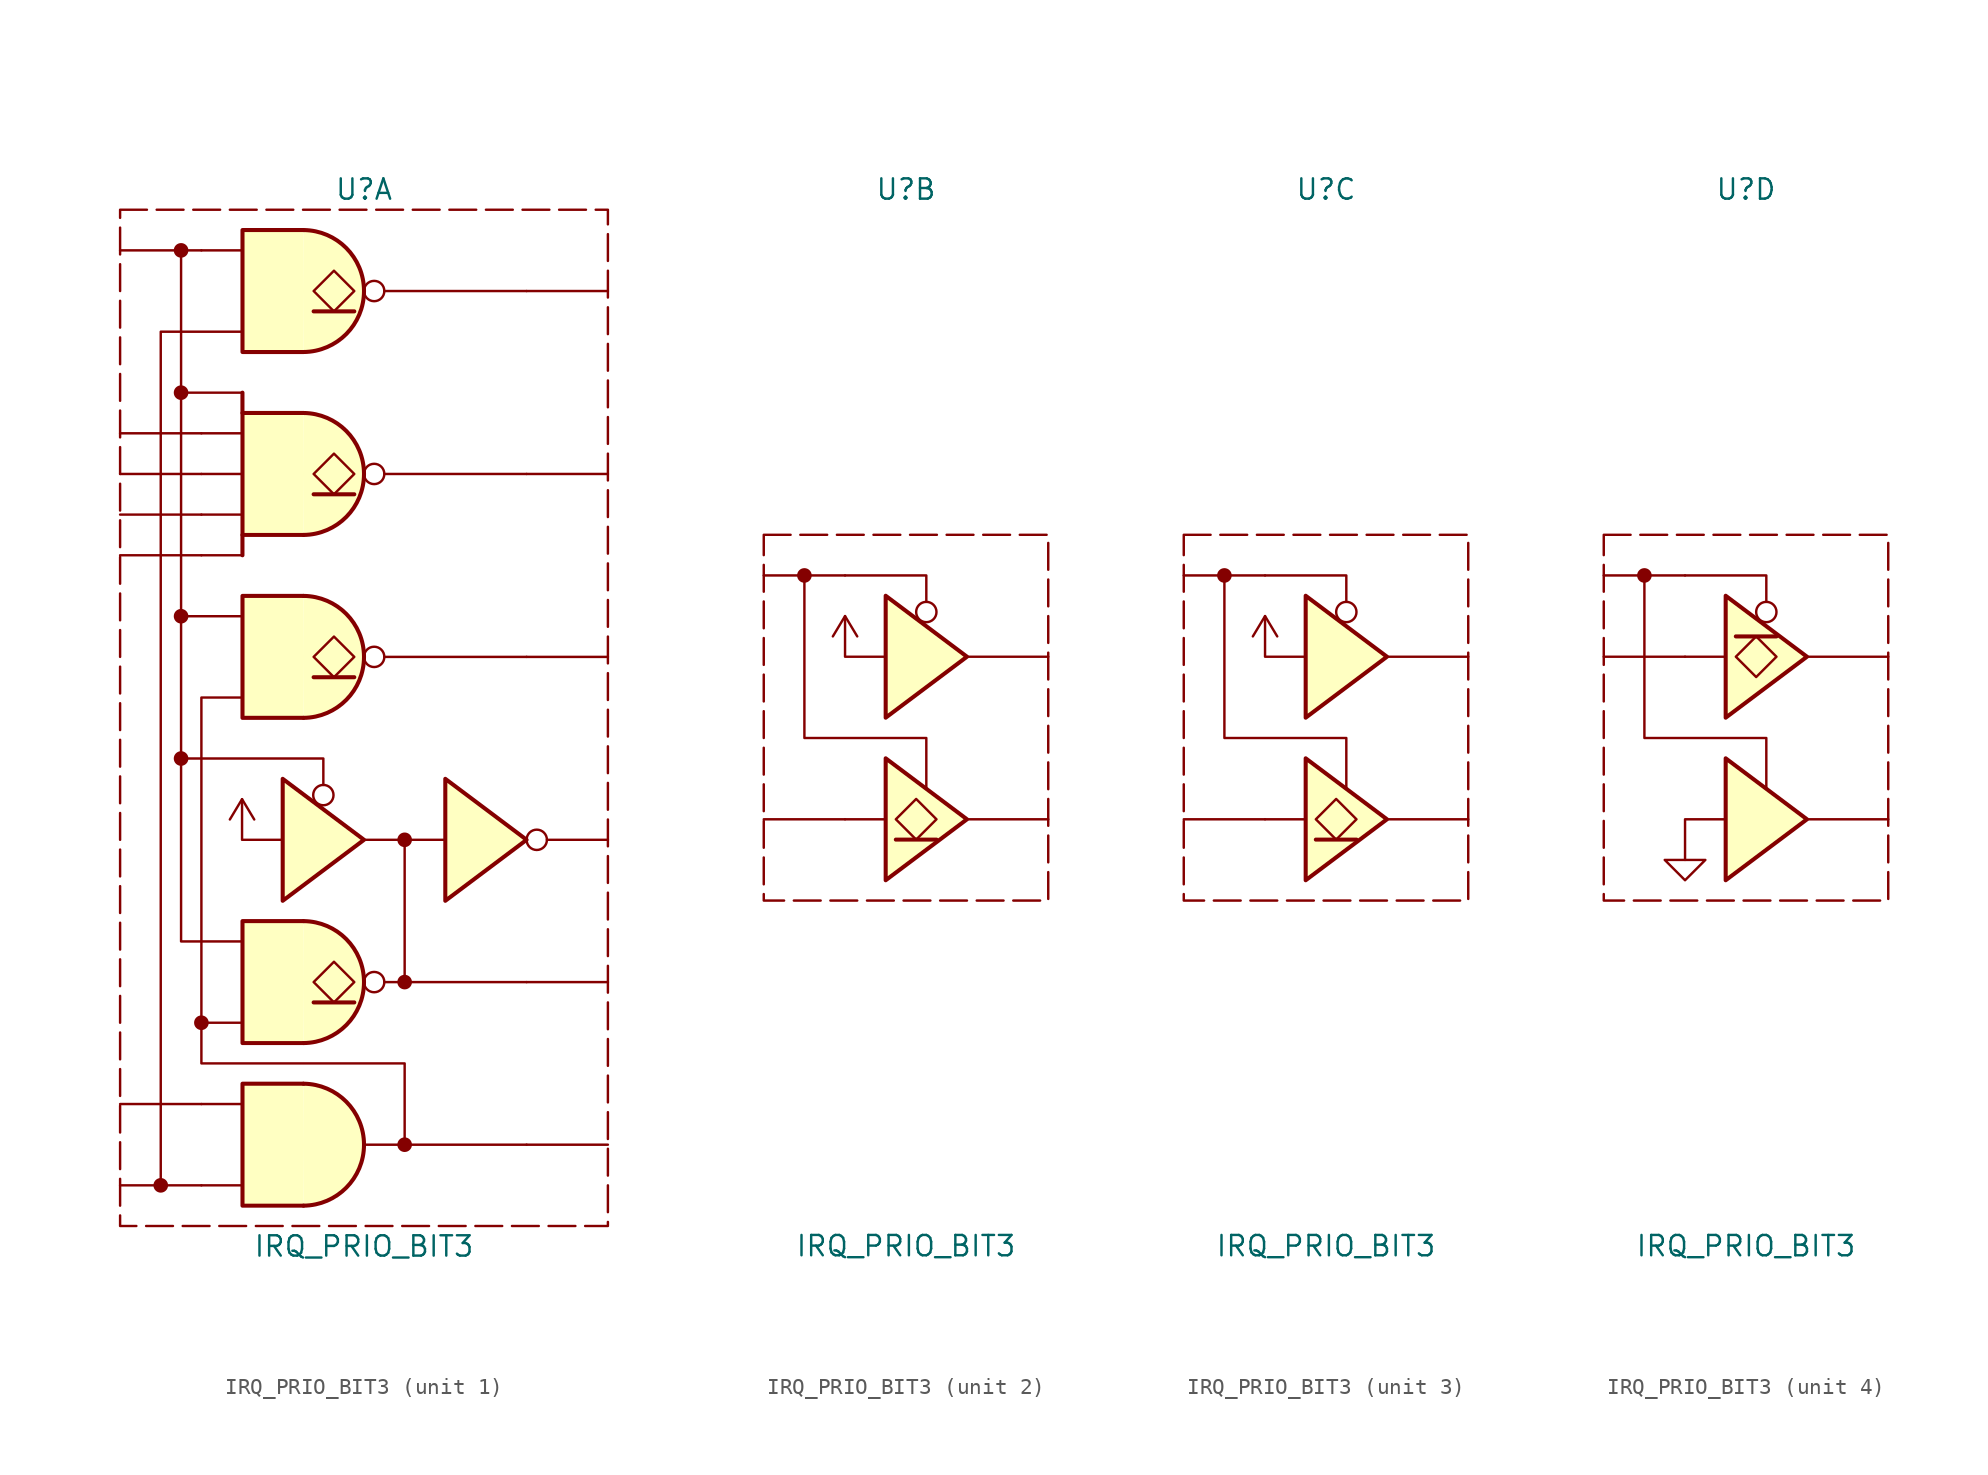
<source format=kicad_sym>
(kicad_symbol_lib
  (version 20231120)
  (generator "kicad_symbol_editor")
  (generator_version "8.0")
  (symbol "IRQ_PRIO_BIT3"
    (pin_numbers hide)
    (pin_names hide)
    (property "Reference" "U"
      (at 0 33.02 0)
      (effects (font (size 1.27 1.27))))
    (property "Value" "IRQ_PRIO_BIT3"
      (at 0 -33.02 0)
      (effects (font (size 1.27 1.27))))
    (property "ki_locked" ""
      (at 0 0 0)
      (effects (font (size 1.27 1.27))))
    (symbol "IRQ_PRIO_BIT3_1_0"
      (polyline (pts (xy -5.08 -3.81) (xy -5.08 -11.43) (xy 0 -7.62) (xy -5.08 -3.81)) (stroke (width 0.254) (type default)) (fill (type background)))
      (polyline (pts (xy 5.08 -3.81) (xy 5.08 -11.43) (xy 10.16 -7.62) (xy 5.08 -3.81)) (stroke (width 0.254) (type default)) (fill (type background))))
    (symbol "IRQ_PRIO_BIT3_1_1"
      (rectangle (start -15.24 31.75) (end 15.24 -31.75) (stroke (width 0) (type dash)) (fill (type none)))
      (circle (center -12.7 -29.21) (radius 0.381) (stroke (width 0) (type default)) (fill (type outline)))
      (circle (center -11.43 -2.54) (radius 0.381) (stroke (width 0) (type default)) (fill (type outline)))
      (circle (center -11.43 6.35) (radius 0.381) (stroke (width 0) (type default)) (fill (type outline)))
      (circle (center -11.43 20.32) (radius 0.381) (stroke (width 0) (type default)) (fill (type outline)))
      (circle (center -11.43 29.21) (radius 0.381) (stroke (width 0) (type default)) (fill (type outline)))
      (circle (center -10.16 -19.05) (radius 0.381) (stroke (width 0) (type default)) (fill (type outline)))
      (arc (start -3.7824 -30.48) (mid 0.0001 -26.67) (end -3.7824 -22.86) (stroke (width 0.254) (type default)) (fill (type background)))
      (arc (start -3.7824 -20.32) (mid 0.0001 -16.51) (end -3.7824 -12.7) (stroke (width 0.254) (type default)) (fill (type background)))
      (arc (start -3.7824 0) (mid 0.0001 3.81) (end -3.7824 7.62) (stroke (width 0.254) (type default)) (fill (type background)))
      (arc (start -3.7824 11.43) (mid 0.0001 15.24) (end -3.7824 19.05) (stroke (width 0.254) (type default)) (fill (type background)))
      (arc (start -3.7824 22.86) (mid 0.0001 26.67) (end -3.7824 30.48) (stroke (width 0.254) (type default)) (fill (type background)))
      (circle (center -2.54 -4.826) (radius 0.635) (stroke (width 0) (type default)) (fill (type none)))
      (polyline (pts (xy -11.43 6.35) (xy -7.62 6.35)) (stroke (width 0) (type default)) (fill (type none)))
      (polyline (pts (xy -10.16 -29.21) (xy -7.62 -29.21)) (stroke (width 0) (type default)) (fill (type none)))
      (polyline (pts (xy -10.16 -24.13) (xy -7.62 -24.13)) (stroke (width 0) (type default)) (fill (type none)))
      (polyline (pts (xy -10.16 15.24) (xy -7.62 15.24)) (stroke (width 0) (type default)) (fill (type none)))
      (polyline (pts (xy -10.16 17.78) (xy -7.62 17.78)) (stroke (width 0) (type default)) (fill (type none)))
      (polyline (pts (xy -10.16 29.21) (xy -7.62 29.21)) (stroke (width 0) (type default)) (fill (type none)))
      (polyline (pts (xy -7.62 10.16) (xy -10.16 10.16)) (stroke (width 0) (type default)) (fill (type none)))
      (polyline (pts (xy -7.62 12.7) (xy -10.16 12.7)) (stroke (width 0) (type default)) (fill (type none)))
      (polyline (pts (xy -7.62 20.32) (xy -11.43 20.32)) (stroke (width 0) (type default)) (fill (type none)))
      (polyline (pts (xy -7.595 11.43) (xy -7.595 10.16)) (stroke (width 0.254) (type default)) (fill (type background)))
      (polyline (pts (xy -7.595 20.32) (xy -7.595 19.05)) (stroke (width 0.254) (type default)) (fill (type background)))
      (polyline (pts (xy -3.147 -17.78) (xy -0.607 -17.78)) (stroke (width 0.254) (type default)) (fill (type none)))
      (polyline (pts (xy -3.147 2.54) (xy -0.607 2.54)) (stroke (width 0.254) (type default)) (fill (type none)))
      (polyline (pts (xy -3.147 13.97) (xy -0.607 13.97)) (stroke (width 0.254) (type default)) (fill (type none)))
      (polyline (pts (xy -3.147 25.4) (xy -0.607 25.4)) (stroke (width 0.254) (type default)) (fill (type none)))
      (polyline (pts (xy 2.54 -7.62) (xy 5.08 -7.62)) (stroke (width 0) (type default)) (fill (type none)))
      (polyline (pts (xy 10.16 -26.67) (xy 0 -26.67)) (stroke (width 0) (type default)) (fill (type none)))
      (polyline (pts (xy 10.16 -16.51) (xy 1.27 -16.51)) (stroke (width 0) (type default)) (fill (type none)))
      (polyline (pts (xy 10.16 3.81) (xy 1.27 3.81)) (stroke (width 0) (type default)) (fill (type none)))
      (polyline (pts (xy 10.16 15.24) (xy 1.27 15.24)) (stroke (width 0) (type default)) (fill (type none)))
      (polyline (pts (xy 10.16 26.67) (xy 1.27 26.67)) (stroke (width 0) (type default)) (fill (type none)))
      (polyline (pts (xy -11.43 -2.54) (xy -2.54 -2.54) (xy -2.54 -4.191)) (stroke (width 0) (type default)) (fill (type none)))
      (polyline (pts (xy -11.43 29.21) (xy -11.43 -13.97) (xy -7.62 -13.97)) (stroke (width 0) (type default)) (fill (type none)))
      (polyline (pts (xy -10.16 -19.05) (xy -10.16 1.27) (xy -7.62 1.27)) (stroke (width 0) (type default)) (fill (type none)))
      (polyline (pts (xy -8.382 -6.35) (xy -7.62 -5.08) (xy -6.858 -6.35)) (stroke (width 0) (type default)) (fill (type none)))
      (polyline (pts (xy -7.62 24.13) (xy -12.7 24.13) (xy -12.7 -29.21)) (stroke (width 0) (type default)) (fill (type none)))
      (polyline (pts (xy -5.08 -7.62) (xy -7.62 -7.62) (xy -7.62 -5.08)) (stroke (width 0) (type default)) (fill (type none)))
      (polyline (pts (xy 0 -7.62) (xy 2.54 -7.62) (xy 2.54 -16.51)) (stroke (width 0) (type default)) (fill (type none)))
      (polyline (pts (xy -3.782 -22.86) (xy -7.592 -22.86) (xy -7.592 -30.48) (xy -3.782 -30.48)) (stroke (width 0.254) (type default)) (fill (type background)))
      (polyline (pts (xy -3.782 -12.7) (xy -7.592 -12.7) (xy -7.592 -20.32) (xy -3.782 -20.32)) (stroke (width 0.254) (type default)) (fill (type background)))
      (polyline (pts (xy -3.782 7.62) (xy -7.592 7.62) (xy -7.592 0) (xy -3.782 0)) (stroke (width 0.254) (type default)) (fill (type background)))
      (polyline (pts (xy -3.782 19.05) (xy -7.592 19.05) (xy -7.592 11.43) (xy -3.782 11.43)) (stroke (width 0.254) (type default)) (fill (type background)))
      (polyline (pts (xy -3.782 30.48) (xy -7.592 30.48) (xy -7.592 22.86) (xy -3.782 22.86)) (stroke (width 0.254) (type default)) (fill (type background)))
      (polyline (pts (xy -7.62 -19.05) (xy -10.16 -19.05) (xy -10.16 -21.59) (xy 2.54 -21.59) (xy 2.54 -26.67)) (stroke (width 0) (type default)) (fill (type none)))
      (polyline (pts (xy -0.607 -16.51) (xy -1.877 -15.24) (xy -3.147 -16.51) (xy -1.877 -17.78) (xy -0.607 -16.51)) (stroke (width 0) (type default)) (fill (type none)))
      (polyline (pts (xy -0.607 3.81) (xy -1.877 5.08) (xy -3.147 3.81) (xy -1.877 2.54) (xy -0.607 3.81)) (stroke (width 0) (type default)) (fill (type none)))
      (polyline (pts (xy -0.607 15.24) (xy -1.877 16.51) (xy -3.147 15.24) (xy -1.877 13.97) (xy -0.607 15.24)) (stroke (width 0) (type default)) (fill (type none)))
      (polyline (pts (xy -0.607 26.67) (xy -1.877 27.94) (xy -3.147 26.67) (xy -1.877 25.4) (xy -0.607 26.67)) (stroke (width 0) (type default)) (fill (type none)))
      (circle (center 0.635 -16.51) (radius 0.635) (stroke (width 0) (type default)) (fill (type none)))
      (circle (center 0.635 3.81) (radius 0.635) (stroke (width 0) (type default)) (fill (type none)))
      (circle (center 0.635 15.24) (radius 0.635) (stroke (width 0) (type default)) (fill (type none)))
      (circle (center 0.635 26.67) (radius 0.635) (stroke (width 0) (type default)) (fill (type none)))
      (circle (center 2.54 -26.67) (radius 0.381) (stroke (width 0) (type default)) (fill (type outline)))
      (circle (center 2.54 -16.51) (radius 0.381) (stroke (width 0) (type default)) (fill (type outline)))
      (circle (center 2.54 -7.62) (radius 0.381) (stroke (width 0) (type default)) (fill (type outline)))
      (pin input line (at -15.24 -24.13 0) (length 5.08) (name "AND_IN1" (effects (font (size 1.27 1.27)))) (number "" (effects (font (size 1.27 1.27)))))
      (pin input line (at -15.24 -29.21 0) (length 5.08) (name "AND_IN2_NAND_A_IN2" (effects (font (size 1.27 1.27)))) (number "" (effects (font (size 1.27 1.27)))))
      (pin output line (at 15.24 -26.67 180) (length 5.08) (name "AND_Y" (effects (font (size 1.27 1.27)))) (number "" (effects (font (size 1.27 1.27)))))
      (pin tri_state line (at 15.24 26.67 180) (length 5.08) (name "NAND_A_Y" (effects (font (size 1.27 1.27)))) (number "" (effects (font (size 1.27 1.27)))))
      (pin input line (at -15.24 17.78 0) (length 5.08) (name "NAND_B_IN2" (effects (font (size 1.27 1.27)))) (number "" (effects (font (size 1.27 1.27)))))
      (pin input line (at -15.24 15.24 0) (length 5.08) (name "NAND_B_IN3" (effects (font (size 1.27 1.27)))) (number "" (effects (font (size 1.27 1.27)))))
      (pin input line (at -15.24 12.7 0) (length 5.08) (name "NAND_B_IN4" (effects (font (size 1.27 1.27)))) (number "" (effects (font (size 1.27 1.27)))))
      (pin input line (at -15.24 10.16 0) (length 5.08) (name "NAND_B_IN5" (effects (font (size 1.27 1.27)))) (number "" (effects (font (size 1.27 1.27)))))
      (pin tri_state line (at 15.24 15.24 180) (length 5.08) (name "NAND_B_Y" (effects (font (size 1.27 1.27)))) (number "" (effects (font (size 1.27 1.27)))))
      (pin tri_state line (at 15.24 3.81 180) (length 5.08) (name "NAND_C_Y" (effects (font (size 1.27 1.27)))) (number "" (effects (font (size 1.27 1.27)))))
      (pin bidirectional line (at 15.24 -16.51 180) (length 5.08) (name "NAND_D_Y" (effects (font (size 1.27 1.27)))) (number "" (effects (font (size 1.27 1.27)))))
      (pin output inverted (at 15.24 -7.62 180) (length 5.08) (name "NAND_D_~{Y}" (effects (font (size 1.27 1.27)))) (number "" (effects (font (size 1.27 1.27)))))
      (pin input line (at -15.24 29.21 0) (length 5.08) (name "~{PCH}" (effects (font (size 1.27 1.27)))) (number "" (effects (font (size 1.27 1.27))))))
    (symbol "IRQ_PRIO_BIT3_2_0"
      (polyline (pts (xy -1.27 -2.54) (xy -1.27 -10.16) (xy 3.81 -6.35) (xy -1.27 -2.54)) (stroke (width 0.254) (type default)) (fill (type background)))
      (polyline (pts (xy -1.27 7.62) (xy -1.27 0) (xy 3.81 3.81) (xy -1.27 7.62)) (stroke (width 0.254) (type default)) (fill (type background))))
    (symbol "IRQ_PRIO_BIT3_2_1"
      (rectangle (start -8.89 11.43) (end 8.89 -11.43) (stroke (width 0) (type dash)) (fill (type none)))
      (circle (center -6.35 8.89) (radius 0.381) (stroke (width 0) (type default)) (fill (type outline)))
      (polyline (pts (xy -3.81 -6.35) (xy -1.27 -6.35)) (stroke (width 0) (type default)) (fill (type none)))
      (polyline (pts (xy -0.635 -7.62) (xy 1.905 -7.62)) (stroke (width 0.254) (type default)) (fill (type none)))
      (polyline (pts (xy -4.572 5.08) (xy -3.81 6.35) (xy -3.048 5.08)) (stroke (width 0) (type default)) (fill (type none)))
      (polyline (pts (xy -3.81 8.89) (xy 1.27 8.89) (xy 1.27 7.239)) (stroke (width 0) (type default)) (fill (type none)))
      (polyline (pts (xy -1.27 3.81) (xy -3.81 3.81) (xy -3.81 6.35)) (stroke (width 0) (type default)) (fill (type none)))
      (polyline (pts (xy 1.27 -4.445) (xy 1.27 -1.27) (xy -6.35 -1.27) (xy -6.35 8.89)) (stroke (width 0) (type default)) (fill (type none)))
      (polyline (pts (xy 1.905 -6.35) (xy 0.635 -5.08) (xy -0.635 -6.35) (xy 0.635 -7.62) (xy 1.905 -6.35)) (stroke (width 0) (type default)) (fill (type none)))
      (circle (center 1.27 6.604) (radius 0.635) (stroke (width 0) (type default)) (fill (type none)))
      (pin input line (at -8.89 8.89 0) (length 5.08) (name "DIST_NAND_A_IN" (effects (font (size 1.27 1.27)))) (number "" (effects (font (size 1.27 1.27)))))
      (pin input line (at -8.89 -6.35 0) (length 5.08) (name "DIST_NAND_A_IN_N" (effects (font (size 1.27 1.27)))) (number "" (effects (font (size 1.27 1.27)))))
      (pin tri_state line (at 8.89 -6.35 180) (length 5.08) (name "DIST_NAND_A_Y_N" (effects (font (size 1.27 1.27)))) (number "" (effects (font (size 1.27 1.27)))))
      (pin tri_state line (at 8.89 3.81 180) (length 5.08) (name "DIST_NAND_A_Y_P" (effects (font (size 1.27 1.27)))) (number "" (effects (font (size 1.27 1.27))))))
    (symbol "IRQ_PRIO_BIT3_3_0"
      (polyline (pts (xy -1.27 -2.54) (xy -1.27 -10.16) (xy 3.81 -6.35) (xy -1.27 -2.54)) (stroke (width 0.254) (type default)) (fill (type background)))
      (polyline (pts (xy -1.27 7.62) (xy -1.27 0) (xy 3.81 3.81) (xy -1.27 7.62)) (stroke (width 0.254) (type default)) (fill (type background))))
    (symbol "IRQ_PRIO_BIT3_3_1"
      (rectangle (start -8.89 11.43) (end 8.89 -11.43) (stroke (width 0) (type dash)) (fill (type none)))
      (circle (center -6.35 8.89) (radius 0.381) (stroke (width 0) (type default)) (fill (type outline)))
      (polyline (pts (xy -3.81 -6.35) (xy -1.27 -6.35)) (stroke (width 0) (type default)) (fill (type none)))
      (polyline (pts (xy -0.635 -7.62) (xy 1.905 -7.62)) (stroke (width 0.254) (type default)) (fill (type none)))
      (polyline (pts (xy -4.572 5.08) (xy -3.81 6.35) (xy -3.048 5.08)) (stroke (width 0) (type default)) (fill (type none)))
      (polyline (pts (xy -3.81 8.89) (xy 1.27 8.89) (xy 1.27 7.239)) (stroke (width 0) (type default)) (fill (type none)))
      (polyline (pts (xy -1.27 3.81) (xy -3.81 3.81) (xy -3.81 6.35)) (stroke (width 0) (type default)) (fill (type none)))
      (polyline (pts (xy 1.27 -4.445) (xy 1.27 -1.27) (xy -6.35 -1.27) (xy -6.35 8.89)) (stroke (width 0) (type default)) (fill (type none)))
      (polyline (pts (xy 1.905 -6.35) (xy 0.635 -5.08) (xy -0.635 -6.35) (xy 0.635 -7.62) (xy 1.905 -6.35)) (stroke (width 0) (type default)) (fill (type none)))
      (circle (center 1.27 6.604) (radius 0.635) (stroke (width 0) (type default)) (fill (type none)))
      (pin input line (at -8.89 8.89 0) (length 5.08) (name "DIST_NAND_B_IN" (effects (font (size 1.27 1.27)))) (number "" (effects (font (size 1.27 1.27)))))
      (pin input line (at -8.89 -6.35 0) (length 5.08) (name "DIST_NAND_B_IN_N" (effects (font (size 1.27 1.27)))) (number "" (effects (font (size 1.27 1.27)))))
      (pin tri_state line (at 8.89 -6.35 180) (length 5.08) (name "DIST_NAND_B_Y_N" (effects (font (size 1.27 1.27)))) (number "" (effects (font (size 1.27 1.27)))))
      (pin tri_state line (at 8.89 3.81 180) (length 5.08) (name "DIST_NAND_B_Y_P" (effects (font (size 1.27 1.27)))) (number "" (effects (font (size 1.27 1.27))))))
    (symbol "IRQ_PRIO_BIT3_4_0"
      (polyline (pts (xy -1.27 -2.54) (xy -1.27 -10.16) (xy 3.81 -6.35) (xy -1.27 -2.54)) (stroke (width 0.254) (type default)) (fill (type background)))
      (polyline (pts (xy -1.27 7.62) (xy -1.27 0) (xy 3.81 3.81) (xy -1.27 7.62)) (stroke (width 0.254) (type default)) (fill (type background))))
    (symbol "IRQ_PRIO_BIT3_4_1"
      (rectangle (start -8.89 11.43) (end 8.89 -11.43) (stroke (width 0) (type dash)) (fill (type none)))
      (circle (center -6.35 8.89) (radius 0.381) (stroke (width 0) (type default)) (fill (type outline)))
      (polyline (pts (xy -3.81 3.81) (xy -1.27 3.81)) (stroke (width 0) (type default)) (fill (type none)))
      (polyline (pts (xy -0.635 5.08) (xy 1.905 5.08)) (stroke (width 0.254) (type default)) (fill (type none)))
      (polyline (pts (xy -3.81 8.89) (xy 1.27 8.89) (xy 1.27 7.239)) (stroke (width 0) (type default)) (fill (type none)))
      (polyline (pts (xy -1.27 -6.35) (xy -3.81 -6.35) (xy -3.81 -8.89)) (stroke (width 0) (type default)) (fill (type none)))
      (polyline (pts (xy -2.54 -8.89) (xy -5.08 -8.89) (xy -3.81 -10.16) (xy -2.54 -8.89)) (stroke (width 0) (type default)) (fill (type none)))
      (polyline (pts (xy 1.27 -4.445) (xy 1.27 -1.27) (xy -6.35 -1.27) (xy -6.35 8.89)) (stroke (width 0) (type default)) (fill (type none)))
      (polyline (pts (xy 1.905 3.81) (xy 0.635 5.08) (xy -0.635 3.81) (xy 0.635 2.54) (xy 1.905 3.81)) (stroke (width 0) (type default)) (fill (type none)))
      (circle (center 1.27 6.604) (radius 0.635) (stroke (width 0) (type default)) (fill (type none)))
      (pin input line (at -8.89 8.89 0) (length 5.08) (name "DIST_NOR_IN" (effects (font (size 1.27 1.27)))) (number "" (effects (font (size 1.27 1.27)))))
      (pin input line (at -8.89 3.81 0) (length 5.08) (name "DIST_NOR_IN_P" (effects (font (size 1.27 1.27)))) (number "" (effects (font (size 1.27 1.27)))))
      (pin tri_state line (at 8.89 -6.35 180) (length 5.08) (name "DIST_NOR_Y_N" (effects (font (size 1.27 1.27)))) (number "" (effects (font (size 1.27 1.27)))))
      (pin tri_state line (at 8.89 3.81 180) (length 5.08) (name "DIST_NOR_Y_P" (effects (font (size 1.27 1.27)))) (number "" (effects (font (size 1.27 1.27))))))))
</source>
